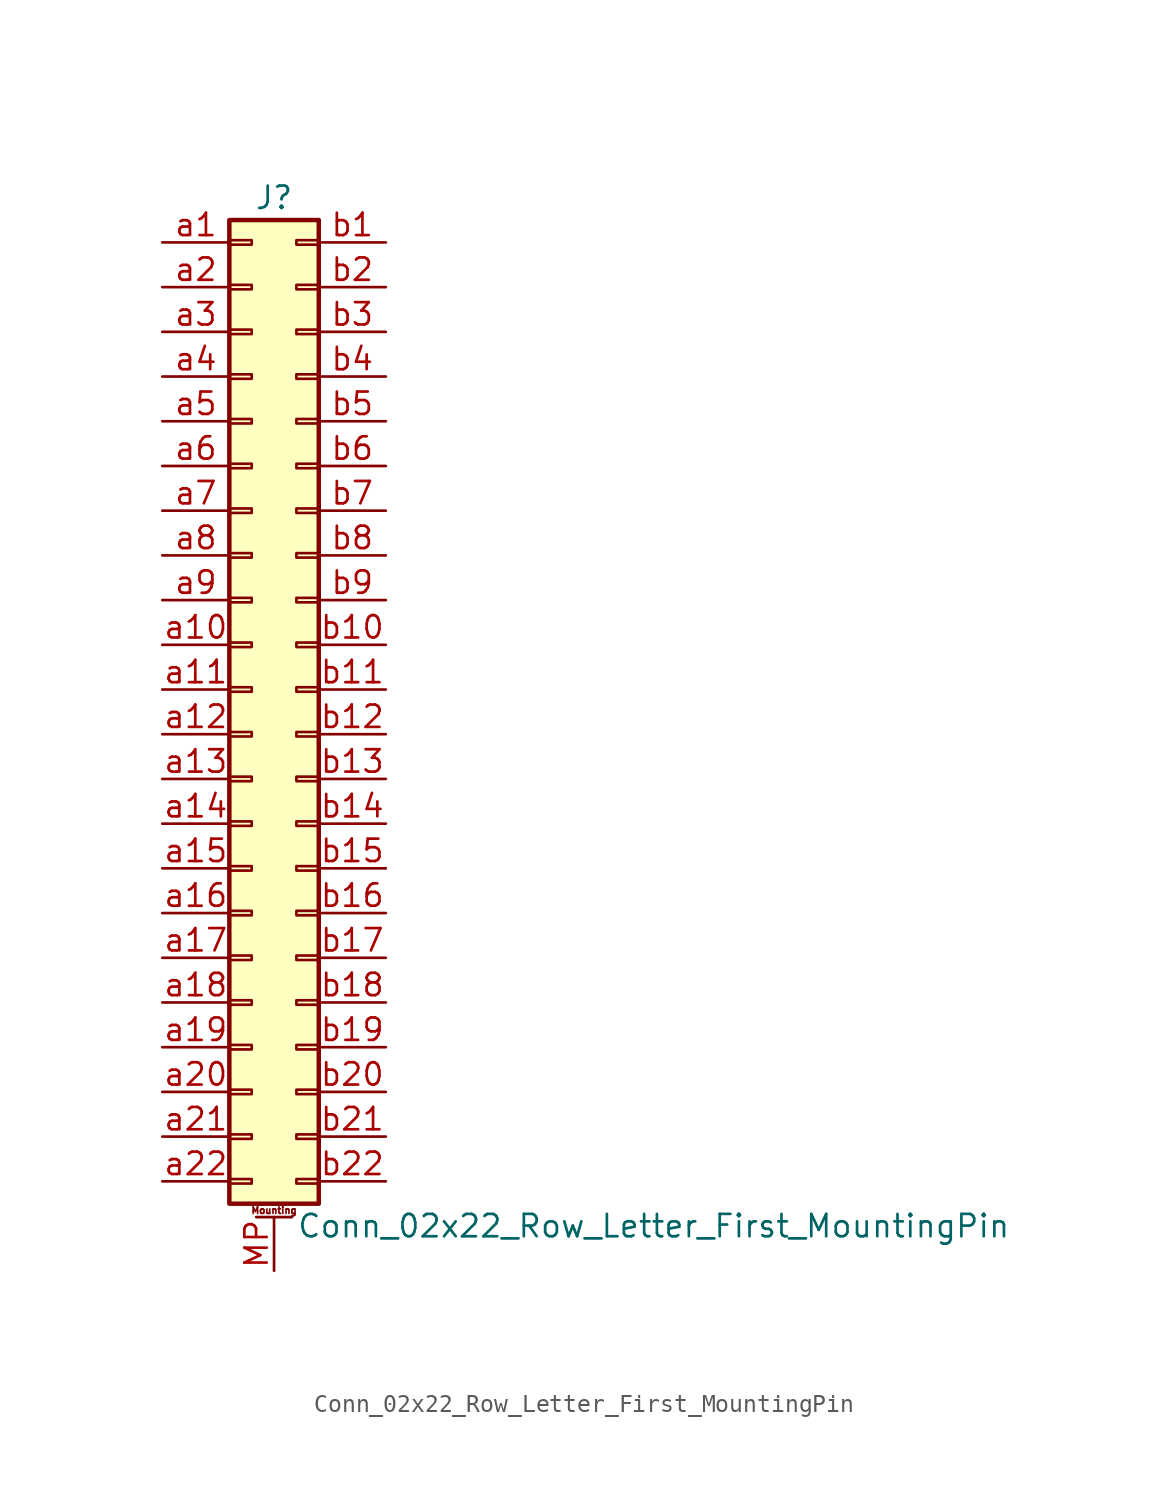
<source format=kicad_sym>
(kicad_symbol_lib
  (version 20201005)
  (generator kicad_symbol_editor)
  (symbol "Conn_02x22_Row_Letter_First_MountingPin"
    (pin_names
      (offset 1.016) hide)
    (property "Reference" "J"
      (at 1.27 27.94 0)
      (effects (font (size 1.27 1.27))))
    (property "Value" "Conn_02x22_Row_Letter_First_MountingPin"
      (at 2.54 -30.48 0)
      (effects (font (size 1.27 1.27)) (justify left)))
    (symbol "Conn_02x22_Row_Letter_First_MountingPin_1_1"
      (text "Mounting" (at 1.27 -29.591 0) (effects (font (size 0.381 0.381))))
      (rectangle (start -1.27 -27.813) (end 0 -28.067) (stroke (width 0.152)) (fill (type none)))
      (rectangle (start -1.27 -25.273) (end 0 -25.527) (stroke (width 0.152)) (fill (type none)))
      (rectangle (start -1.27 -22.733) (end 0 -22.987) (stroke (width 0.152)) (fill (type none)))
      (rectangle (start -1.27 -20.193) (end 0 -20.447) (stroke (width 0.152)) (fill (type none)))
      (rectangle (start -1.27 -17.653) (end 0 -17.907) (stroke (width 0.152)) (fill (type none)))
      (rectangle (start -1.27 -15.113) (end 0 -15.367) (stroke (width 0.152)) (fill (type none)))
      (rectangle (start -1.27 -12.573) (end 0 -12.827) (stroke (width 0.152)) (fill (type none)))
      (rectangle (start -1.27 -10.033) (end 0 -10.287) (stroke (width 0.152)) (fill (type none)))
      (rectangle (start -1.27 -7.493) (end 0 -7.747) (stroke (width 0.152)) (fill (type none)))
      (rectangle (start -1.27 -4.953) (end 0 -5.207) (stroke (width 0.152)) (fill (type none)))
      (rectangle (start -1.27 -2.413) (end 0 -2.667) (stroke (width 0.152)) (fill (type none)))
      (rectangle (start -1.27 0.127) (end 0 -0.127) (stroke (width 0.152)) (fill (type none)))
      (rectangle (start -1.27 2.667) (end 0 2.413) (stroke (width 0.152)) (fill (type none)))
      (rectangle (start -1.27 5.207) (end 0 4.953) (stroke (width 0.152)) (fill (type none)))
      (rectangle (start -1.27 7.747) (end 0 7.493) (stroke (width 0.152)) (fill (type none)))
      (rectangle (start -1.27 10.287) (end 0 10.033) (stroke (width 0.152)) (fill (type none)))
      (rectangle (start -1.27 12.827) (end 0 12.573) (stroke (width 0.152)) (fill (type none)))
      (rectangle (start -1.27 15.367) (end 0 15.113) (stroke (width 0.152)) (fill (type none)))
      (rectangle (start -1.27 17.907) (end 0 17.653) (stroke (width 0.152)) (fill (type none)))
      (rectangle (start -1.27 20.447) (end 0 20.193) (stroke (width 0.152)) (fill (type none)))
      (rectangle (start -1.27 22.987) (end 0 22.733) (stroke (width 0.152)) (fill (type none)))
      (rectangle (start -1.27 25.527) (end 0 25.273) (stroke (width 0.152)) (fill (type none)))
      (rectangle (start -1.27 26.67) (end 3.81 -29.21) (stroke (width 0.254)) (fill (type background)))
      (rectangle (start 3.81 -27.813) (end 2.54 -28.067) (stroke (width 0.152)) (fill (type none)))
      (rectangle (start 3.81 -25.273) (end 2.54 -25.527) (stroke (width 0.152)) (fill (type none)))
      (rectangle (start 3.81 -22.733) (end 2.54 -22.987) (stroke (width 0.152)) (fill (type none)))
      (rectangle (start 3.81 -20.193) (end 2.54 -20.447) (stroke (width 0.152)) (fill (type none)))
      (rectangle (start 3.81 -17.653) (end 2.54 -17.907) (stroke (width 0.152)) (fill (type none)))
      (rectangle (start 3.81 -15.113) (end 2.54 -15.367) (stroke (width 0.152)) (fill (type none)))
      (rectangle (start 3.81 -12.573) (end 2.54 -12.827) (stroke (width 0.152)) (fill (type none)))
      (rectangle (start 3.81 -10.033) (end 2.54 -10.287) (stroke (width 0.152)) (fill (type none)))
      (rectangle (start 3.81 -7.493) (end 2.54 -7.747) (stroke (width 0.152)) (fill (type none)))
      (rectangle (start 3.81 -4.953) (end 2.54 -5.207) (stroke (width 0.152)) (fill (type none)))
      (rectangle (start 3.81 -2.413) (end 2.54 -2.667) (stroke (width 0.152)) (fill (type none)))
      (rectangle (start 3.81 0.127) (end 2.54 -0.127) (stroke (width 0.152)) (fill (type none)))
      (rectangle (start 3.81 2.667) (end 2.54 2.413) (stroke (width 0.152)) (fill (type none)))
      (rectangle (start 3.81 5.207) (end 2.54 4.953) (stroke (width 0.152)) (fill (type none)))
      (rectangle (start 3.81 7.747) (end 2.54 7.493) (stroke (width 0.152)) (fill (type none)))
      (rectangle (start 3.81 10.287) (end 2.54 10.033) (stroke (width 0.152)) (fill (type none)))
      (rectangle (start 3.81 12.827) (end 2.54 12.573) (stroke (width 0.152)) (fill (type none)))
      (rectangle (start 3.81 15.367) (end 2.54 15.113) (stroke (width 0.152)) (fill (type none)))
      (rectangle (start 3.81 17.907) (end 2.54 17.653) (stroke (width 0.152)) (fill (type none)))
      (rectangle (start 3.81 20.447) (end 2.54 20.193) (stroke (width 0.152)) (fill (type none)))
      (rectangle (start 3.81 22.987) (end 2.54 22.733) (stroke (width 0.152)) (fill (type none)))
      (rectangle (start 3.81 25.527) (end 2.54 25.273) (stroke (width 0.152)) (fill (type none)))
      (polyline (pts (xy 0.254 -29.972) (xy 2.286 -29.972)) (stroke (width 0.152)) (fill (type none)))
      (pin passive line (at 1.27 -33.02 90) (length 3.048) (name "MountPin" (effects (font (size 1.27 1.27)))) (number "MP" (effects (font (size 1.27 1.27)))))
      (pin passive line (at -5.08 25.4 0) (length 3.81) (name "Pin_a1" (effects (font (size 1.27 1.27)))) (number "a1" (effects (font (size 1.27 1.27)))))
      (pin passive line (at -5.08 2.54 0) (length 3.81) (name "Pin_a10" (effects (font (size 1.27 1.27)))) (number "a10" (effects (font (size 1.27 1.27)))))
      (pin passive line (at -5.08 0 0) (length 3.81) (name "Pin_a11" (effects (font (size 1.27 1.27)))) (number "a11" (effects (font (size 1.27 1.27)))))
      (pin passive line (at -5.08 -2.54 0) (length 3.81) (name "Pin_a12" (effects (font (size 1.27 1.27)))) (number "a12" (effects (font (size 1.27 1.27)))))
      (pin passive line (at -5.08 -5.08 0) (length 3.81) (name "Pin_a13" (effects (font (size 1.27 1.27)))) (number "a13" (effects (font (size 1.27 1.27)))))
      (pin passive line (at -5.08 -7.62 0) (length 3.81) (name "Pin_a14" (effects (font (size 1.27 1.27)))) (number "a14" (effects (font (size 1.27 1.27)))))
      (pin passive line (at -5.08 -10.16 0) (length 3.81) (name "Pin_a15" (effects (font (size 1.27 1.27)))) (number "a15" (effects (font (size 1.27 1.27)))))
      (pin passive line (at -5.08 -12.7 0) (length 3.81) (name "Pin_a16" (effects (font (size 1.27 1.27)))) (number "a16" (effects (font (size 1.27 1.27)))))
      (pin passive line (at -5.08 -15.24 0) (length 3.81) (name "Pin_a17" (effects (font (size 1.27 1.27)))) (number "a17" (effects (font (size 1.27 1.27)))))
      (pin passive line (at -5.08 -17.78 0) (length 3.81) (name "Pin_a18" (effects (font (size 1.27 1.27)))) (number "a18" (effects (font (size 1.27 1.27)))))
      (pin passive line (at -5.08 -20.32 0) (length 3.81) (name "Pin_a19" (effects (font (size 1.27 1.27)))) (number "a19" (effects (font (size 1.27 1.27)))))
      (pin passive line (at -5.08 22.86 0) (length 3.81) (name "Pin_a2" (effects (font (size 1.27 1.27)))) (number "a2" (effects (font (size 1.27 1.27)))))
      (pin passive line (at -5.08 -22.86 0) (length 3.81) (name "Pin_a20" (effects (font (size 1.27 1.27)))) (number "a20" (effects (font (size 1.27 1.27)))))
      (pin passive line (at -5.08 -25.4 0) (length 3.81) (name "Pin_a21" (effects (font (size 1.27 1.27)))) (number "a21" (effects (font (size 1.27 1.27)))))
      (pin passive line (at -5.08 -27.94 0) (length 3.81) (name "Pin_a22" (effects (font (size 1.27 1.27)))) (number "a22" (effects (font (size 1.27 1.27)))))
      (pin passive line (at -5.08 20.32 0) (length 3.81) (name "Pin_a3" (effects (font (size 1.27 1.27)))) (number "a3" (effects (font (size 1.27 1.27)))))
      (pin passive line (at -5.08 17.78 0) (length 3.81) (name "Pin_a4" (effects (font (size 1.27 1.27)))) (number "a4" (effects (font (size 1.27 1.27)))))
      (pin passive line (at -5.08 15.24 0) (length 3.81) (name "Pin_a5" (effects (font (size 1.27 1.27)))) (number "a5" (effects (font (size 1.27 1.27)))))
      (pin passive line (at -5.08 12.7 0) (length 3.81) (name "Pin_a6" (effects (font (size 1.27 1.27)))) (number "a6" (effects (font (size 1.27 1.27)))))
      (pin passive line (at -5.08 10.16 0) (length 3.81) (name "Pin_a7" (effects (font (size 1.27 1.27)))) (number "a7" (effects (font (size 1.27 1.27)))))
      (pin passive line (at -5.08 7.62 0) (length 3.81) (name "Pin_a8" (effects (font (size 1.27 1.27)))) (number "a8" (effects (font (size 1.27 1.27)))))
      (pin passive line (at -5.08 5.08 0) (length 3.81) (name "Pin_a9" (effects (font (size 1.27 1.27)))) (number "a9" (effects (font (size 1.27 1.27)))))
      (pin passive line (at 7.62 25.4 180) (length 3.81) (name "Pin_b1" (effects (font (size 1.27 1.27)))) (number "b1" (effects (font (size 1.27 1.27)))))
      (pin passive line (at 7.62 2.54 180) (length 3.81) (name "Pin_b10" (effects (font (size 1.27 1.27)))) (number "b10" (effects (font (size 1.27 1.27)))))
      (pin passive line (at 7.62 0 180) (length 3.81) (name "Pin_b11" (effects (font (size 1.27 1.27)))) (number "b11" (effects (font (size 1.27 1.27)))))
      (pin passive line (at 7.62 -2.54 180) (length 3.81) (name "Pin_b12" (effects (font (size 1.27 1.27)))) (number "b12" (effects (font (size 1.27 1.27)))))
      (pin passive line (at 7.62 -5.08 180) (length 3.81) (name "Pin_b13" (effects (font (size 1.27 1.27)))) (number "b13" (effects (font (size 1.27 1.27)))))
      (pin passive line (at 7.62 -7.62 180) (length 3.81) (name "Pin_b14" (effects (font (size 1.27 1.27)))) (number "b14" (effects (font (size 1.27 1.27)))))
      (pin passive line (at 7.62 -10.16 180) (length 3.81) (name "Pin_b15" (effects (font (size 1.27 1.27)))) (number "b15" (effects (font (size 1.27 1.27)))))
      (pin passive line (at 7.62 -12.7 180) (length 3.81) (name "Pin_b16" (effects (font (size 1.27 1.27)))) (number "b16" (effects (font (size 1.27 1.27)))))
      (pin passive line (at 7.62 -15.24 180) (length 3.81) (name "Pin_b17" (effects (font (size 1.27 1.27)))) (number "b17" (effects (font (size 1.27 1.27)))))
      (pin passive line (at 7.62 -17.78 180) (length 3.81) (name "Pin_b18" (effects (font (size 1.27 1.27)))) (number "b18" (effects (font (size 1.27 1.27)))))
      (pin passive line (at 7.62 -20.32 180) (length 3.81) (name "Pin_b19" (effects (font (size 1.27 1.27)))) (number "b19" (effects (font (size 1.27 1.27)))))
      (pin passive line (at 7.62 22.86 180) (length 3.81) (name "Pin_b2" (effects (font (size 1.27 1.27)))) (number "b2" (effects (font (size 1.27 1.27)))))
      (pin passive line (at 7.62 -22.86 180) (length 3.81) (name "Pin_b20" (effects (font (size 1.27 1.27)))) (number "b20" (effects (font (size 1.27 1.27)))))
      (pin passive line (at 7.62 -25.4 180) (length 3.81) (name "Pin_b21" (effects (font (size 1.27 1.27)))) (number "b21" (effects (font (size 1.27 1.27)))))
      (pin passive line (at 7.62 -27.94 180) (length 3.81) (name "Pin_b22" (effects (font (size 1.27 1.27)))) (number "b22" (effects (font (size 1.27 1.27)))))
      (pin passive line (at 7.62 20.32 180) (length 3.81) (name "Pin_b3" (effects (font (size 1.27 1.27)))) (number "b3" (effects (font (size 1.27 1.27)))))
      (pin passive line (at 7.62 17.78 180) (length 3.81) (name "Pin_b4" (effects (font (size 1.27 1.27)))) (number "b4" (effects (font (size 1.27 1.27)))))
      (pin passive line (at 7.62 15.24 180) (length 3.81) (name "Pin_b5" (effects (font (size 1.27 1.27)))) (number "b5" (effects (font (size 1.27 1.27)))))
      (pin passive line (at 7.62 12.7 180) (length 3.81) (name "Pin_b6" (effects (font (size 1.27 1.27)))) (number "b6" (effects (font (size 1.27 1.27)))))
      (pin passive line (at 7.62 10.16 180) (length 3.81) (name "Pin_b7" (effects (font (size 1.27 1.27)))) (number "b7" (effects (font (size 1.27 1.27)))))
      (pin passive line (at 7.62 7.62 180) (length 3.81) (name "Pin_b8" (effects (font (size 1.27 1.27)))) (number "b8" (effects (font (size 1.27 1.27)))))
      (pin passive line (at 7.62 5.08 180) (length 3.81) (name "Pin_b9" (effects (font (size 1.27 1.27)))) (number "b9" (effects (font (size 1.27 1.27))))))))
</source>
